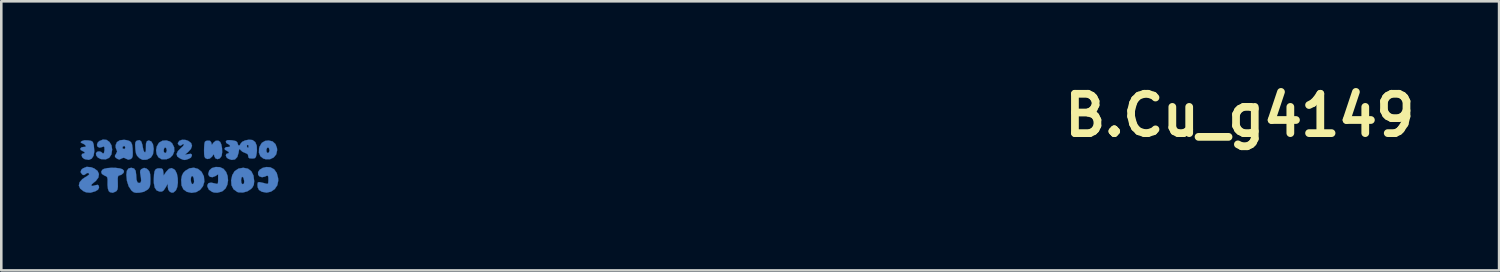
<source format=kicad_pcb>
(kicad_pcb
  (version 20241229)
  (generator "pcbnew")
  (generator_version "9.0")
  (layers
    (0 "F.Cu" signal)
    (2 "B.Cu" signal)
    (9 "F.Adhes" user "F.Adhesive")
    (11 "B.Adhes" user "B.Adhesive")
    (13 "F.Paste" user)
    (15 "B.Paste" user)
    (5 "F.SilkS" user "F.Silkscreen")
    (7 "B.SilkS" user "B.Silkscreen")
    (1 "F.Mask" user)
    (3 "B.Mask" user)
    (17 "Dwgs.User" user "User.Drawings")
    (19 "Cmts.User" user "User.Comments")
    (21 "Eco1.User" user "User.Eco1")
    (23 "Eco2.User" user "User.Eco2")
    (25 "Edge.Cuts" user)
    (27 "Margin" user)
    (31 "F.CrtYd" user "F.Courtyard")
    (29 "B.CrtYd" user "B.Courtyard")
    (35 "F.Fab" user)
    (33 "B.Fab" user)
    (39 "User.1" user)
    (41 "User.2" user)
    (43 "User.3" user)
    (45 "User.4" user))
  (footprint "B.Cu_g4149"
    (layer "F.Cu")
    (at 44.983 1.418)
    (property "Reference" "B.Cu_g4149" (at 0 0 0) (layer "F.SilkS") (effects (font (size 1.524 1.524) (thickness 0.3))))
    (attr through_hole)
    (fp_poly (pts (xy -43.905 0.952) (xy -43.791 1.032) (xy -43.713 1.166) (xy -43.688 1.327) (xy -43.717 1.516) (xy -43.802 1.644) (xy -43.936 1.706) (xy -44.112 1.696) (xy -44.14 1.689) (xy -44.244 1.634) (xy -44.304 1.556) (xy -44.316 1.476) (xy -44.275 1.416) (xy -44.196 1.397) (xy -44.116 1.417) (xy -44.09 1.439) (xy -44.041 1.483) (xy -44.003 1.451) (xy -43.985 1.352) (xy -43.984 1.332) (xy -43.989 1.235) (xy -44.013 1.206) (xy -44.066 1.226) (xy -44.173 1.253) (xy -44.248 1.22) (xy -44.277 1.149) (xy -44.25 1.061) (xy -44.187 0.997) (xy -44.042 0.938) (xy -43.905 0.952)) (stroke (width 0.01) (type solid)) (fill yes) (layer "B.Cu"))
    (fp_poly (pts (xy -37.472 1.011) (xy -37.361 1.113) (xy -37.302 1.27) (xy -37.296 1.353) (xy -37.332 1.513) (xy -37.429 1.632) (xy -37.57 1.699) (xy -37.736 1.702) (xy -37.833 1.673) (xy -37.946 1.582) (xy -38.002 1.444) (xy -38 1.397) (xy -37.71 1.397) (xy -37.703 1.421) (xy -37.662 1.464) (xy -37.617 1.442) (xy -37.592 1.368) (xy -37.592 1.355) (xy -37.612 1.275) (xy -37.635 1.249) (xy -37.68 1.255) (xy -37.709 1.315) (xy -37.71 1.397) (xy -38 1.397) (xy -37.995 1.277) (xy -37.974 1.21) (xy -37.89 1.067) (xy -37.763 0.992) (xy -37.627 0.975) (xy -37.472 1.011)) (stroke (width 0.01) (type solid)) (fill yes) (layer "B.Cu"))
    (fp_poly (pts (xy -41.445 1.016) (xy -41.363 1.085) (xy -41.286 1.239) (xy -41.281 1.394) (xy -41.337 1.534) (xy -41.442 1.643) (xy -41.587 1.704) (xy -41.758 1.703) (xy -41.782 1.697) (xy -41.894 1.628) (xy -41.963 1.508) (xy -41.98 1.397) (xy -41.689 1.397) (xy -41.682 1.421) (xy -41.641 1.464) (xy -41.596 1.442) (xy -41.572 1.368) (xy -41.571 1.355) (xy -41.592 1.275) (xy -41.614 1.249) (xy -41.659 1.255) (xy -41.689 1.315) (xy -41.689 1.397) (xy -41.98 1.397) (xy -41.985 1.359) (xy -41.958 1.206) (xy -41.879 1.07) (xy -41.865 1.056) (xy -41.74 0.984) (xy -41.589 0.972) (xy -41.445 1.016)) (stroke (width 0.01) (type solid)) (fill yes) (layer "B.Cu"))
    (fp_poly (pts (xy -42.558 1.016) (xy -42.513 1.152) (xy -42.505 1.211) (xy -42.477 1.347) (xy -42.441 1.423) (xy -42.405 1.433) (xy -42.382 1.372) (xy -42.38 1.262) (xy -42.377 1.097) (xy -42.341 1.003) (xy -42.27 0.974) (xy -42.172 1.012) (xy -42.106 1.12) (xy -42.08 1.287) (xy -42.079 1.311) (xy -42.105 1.504) (xy -42.185 1.635) (xy -42.322 1.708) (xy -42.379 1.72) (xy -42.505 1.723) (xy -42.608 1.675) (xy -42.651 1.641) (xy -42.722 1.566) (xy -42.763 1.479) (xy -42.784 1.35) (xy -42.79 1.28) (xy -42.797 1.133) (xy -42.787 1.048) (xy -42.756 1) (xy -42.727 0.981) (xy -42.629 0.959) (xy -42.558 1.016)) (stroke (width 0.01) (type solid)) (fill yes) (layer "B.Cu"))
    (fp_poly (pts (xy -39.897 0.987) (xy -39.853 1.042) (xy -39.848 1.057) (xy -39.825 1.146) (xy -39.764 1.06) (xy -39.675 0.987) (xy -39.573 0.983) (xy -39.502 1.031) (xy -39.458 1.129) (xy -39.431 1.274) (xy -39.426 1.43) (xy -39.444 1.56) (xy -39.45 1.577) (xy -39.515 1.666) (xy -39.601 1.698) (xy -39.681 1.671) (xy -39.724 1.598) (xy -39.749 1.503) (xy -39.816 1.598) (xy -39.904 1.674) (xy -40.001 1.693) (xy -40.081 1.655) (xy -40.112 1.596) (xy -40.124 1.501) (xy -40.127 1.358) (xy -40.124 1.247) (xy -40.114 1.107) (xy -40.096 1.03) (xy -40.06 0.995) (xy -39.995 0.982) (xy -39.991 0.981) (xy -39.897 0.987)) (stroke (width 0.01) (type solid)) (fill yes) (layer "B.Cu"))
    (fp_poly (pts (xy -44.612 0.971) (xy -44.497 0.992) (xy -44.438 1.031) (xy -44.409 1.114) (xy -44.399 1.164) (xy -44.379 1.39) (xy -44.407 1.563) (xy -44.479 1.677) (xy -44.59 1.725) (xy -44.736 1.702) (xy -44.778 1.684) (xy -44.845 1.626) (xy -44.872 1.553) (xy -44.853 1.496) (xy -44.81 1.482) (xy -44.752 1.463) (xy -44.76 1.422) (xy -44.828 1.386) (xy -44.831 1.385) (xy -44.909 1.341) (xy -44.92 1.285) (xy -44.873 1.239) (xy -44.778 1.223) (xy -44.757 1.225) (xy -44.706 1.214) (xy -44.713 1.173) (xy -44.767 1.123) (xy -44.82 1.096) (xy -44.897 1.061) (xy -44.902 1.031) (xy -44.865 0.999) (xy -44.76 0.966) (xy -44.612 0.971)) (stroke (width 0.01) (type solid)) (fill yes) (layer "B.Cu"))
    (fp_poly (pts (xy -40.845 0.953) (xy -40.746 0.986) (xy -40.629 1.073) (xy -40.593 1.181) (xy -40.637 1.303) (xy -40.735 1.41) (xy -40.873 1.529) (xy -40.735 1.502) (xy -40.641 1.491) (xy -40.603 1.515) (xy -40.598 1.559) (xy -40.638 1.64) (xy -40.731 1.689) (xy -40.832 1.722) (xy -40.898 1.729) (xy -40.973 1.707) (xy -41.053 1.673) (xy -41.163 1.596) (xy -41.192 1.499) (xy -41.14 1.385) (xy -41.032 1.278) (xy -40.946 1.198) (xy -40.905 1.135) (xy -40.907 1.116) (xy -40.954 1.115) (xy -40.977 1.14) (xy -41.036 1.177) (xy -41.103 1.158) (xy -41.141 1.098) (xy -41.14 1.07) (xy -41.086 0.989) (xy -40.98 0.948) (xy -40.845 0.953)) (stroke (width 0.01) (type solid)) (fill yes) (layer "B.Cu"))
    (fp_poly (pts (xy -39.512 2.009) (xy -39.373 2.073) (xy -39.273 2.193) (xy -39.215 2.349) (xy -39.198 2.521) (xy -39.225 2.689) (xy -39.296 2.835) (xy -39.412 2.938) (xy -39.46 2.959) (xy -39.615 2.998) (xy -39.743 2.99) (xy -39.816 2.965) (xy -39.94 2.881) (xy -39.997 2.763) (xy -39.998 2.701) (xy -39.954 2.627) (xy -39.852 2.608) (xy -39.686 2.643) (xy -39.677 2.646) (xy -39.619 2.658) (xy -39.591 2.633) (xy -39.582 2.551) (xy -39.582 2.48) (xy -39.582 2.284) (xy -39.685 2.352) (xy -39.802 2.397) (xy -39.9 2.381) (xy -39.956 2.311) (xy -39.963 2.265) (xy -39.926 2.135) (xy -39.825 2.044) (xy -39.675 2.001) (xy -39.512 2.009)) (stroke (width 0.01) (type solid)) (fill yes) (layer "B.Cu"))
    (fp_poly (pts (xy -38.426 2.067) (xy -38.293 2.171) (xy -38.211 2.337) (xy -38.185 2.551) (xy -38.199 2.692) (xy -38.253 2.795) (xy -38.307 2.853) (xy -38.451 2.945) (xy -38.624 2.991) (xy -38.791 2.984) (xy -38.841 2.968) (xy -38.985 2.864) (xy -39.064 2.71) (xy -39.077 2.515) (xy -38.693 2.515) (xy -38.68 2.625) (xy -38.64 2.666) (xy -38.626 2.667) (xy -38.58 2.643) (xy -38.571 2.558) (xy -38.574 2.533) (xy -38.6 2.422) (xy -38.64 2.38) (xy -38.676 2.409) (xy -38.693 2.511) (xy -38.693 2.515) (xy -39.077 2.515) (xy -39.077 2.513) (xy -39.034 2.316) (xy -38.942 2.162) (xy -38.793 2.064) (xy -38.607 2.032) (xy -38.426 2.067)) (stroke (width 0.01) (type solid)) (fill yes) (layer "B.Cu"))
    (fp_poly (pts (xy -40.358 2.077) (xy -40.224 2.187) (xy -40.137 2.355) (xy -40.133 2.368) (xy -40.116 2.569) (xy -40.169 2.745) (xy -40.277 2.884) (xy -40.429 2.974) (xy -40.61 3.003) (xy -40.796 2.963) (xy -40.927 2.868) (xy -41 2.714) (xy -41.012 2.505) (xy -41.012 2.504) (xy -40.642 2.504) (xy -40.628 2.598) (xy -40.596 2.66) (xy -40.577 2.667) (xy -40.525 2.63) (xy -40.513 2.565) (xy -40.525 2.443) (xy -40.557 2.365) (xy -40.6 2.351) (xy -40.602 2.352) (xy -40.634 2.41) (xy -40.642 2.504) (xy -41.012 2.504) (xy -41.011 2.489) (xy -40.985 2.338) (xy -40.934 2.233) (xy -40.856 2.151) (xy -40.693 2.053) (xy -40.521 2.03) (xy -40.358 2.077)) (stroke (width 0.01) (type solid)) (fill yes) (layer "B.Cu"))
    (fp_poly (pts (xy -41.28 2.095) (xy -41.238 2.141) (xy -41.179 2.264) (xy -41.147 2.431) (xy -41.142 2.611) (xy -41.165 2.777) (xy -41.215 2.9) (xy -41.233 2.921) (xy -41.312 2.989) (xy -41.378 2.997) (xy -41.455 2.96) (xy -41.514 2.881) (xy -41.53 2.781) (xy -41.531 2.646) (xy -41.624 2.807) (xy -41.693 2.909) (xy -41.758 2.952) (xy -41.844 2.955) (xy -41.961 2.912) (xy -42.036 2.806) (xy -42.071 2.631) (xy -42.074 2.498) (xy -42.066 2.296) (xy -42.044 2.165) (xy -42.001 2.091) (xy -41.931 2.058) (xy -41.866 2.053) (xy -41.766 2.061) (xy -41.722 2.102) (xy -41.706 2.193) (xy -41.693 2.332) (xy -41.599 2.193) (xy -41.492 2.076) (xy -41.385 2.043) (xy -41.28 2.095)) (stroke (width 0.01) (type solid)) (fill yes) (layer "B.Cu"))
    (fp_poly (pts (xy -43.539 2.037) (xy -43.389 2.056) (xy -43.289 2.089) (xy -43.283 2.093) (xy -43.228 2.154) (xy -43.243 2.222) (xy -43.248 2.231) (xy -43.326 2.3) (xy -43.387 2.321) (xy -43.436 2.335) (xy -43.463 2.373) (xy -43.472 2.454) (xy -43.469 2.598) (xy -43.469 2.611) (xy -43.467 2.769) (xy -43.48 2.866) (xy -43.513 2.924) (xy -43.539 2.947) (xy -43.664 3.001) (xy -43.774 2.978) (xy -43.817 2.939) (xy -43.85 2.852) (xy -43.866 2.705) (xy -43.866 2.626) (xy -43.864 2.486) (xy -43.877 2.407) (xy -43.913 2.365) (xy -43.982 2.335) (xy -43.985 2.334) (xy -44.084 2.271) (xy -44.113 2.189) (xy -44.069 2.111) (xy -44.003 2.073) (xy -43.876 2.045) (xy -43.712 2.033) (xy -43.539 2.037)) (stroke (width 0.01) (type solid)) (fill yes) (layer "B.Cu"))
    (fp_poly (pts (xy -37.558 2.014) (xy -37.557 2.015) (xy -37.412 2.092) (xy -37.311 2.234) (xy -37.259 2.43) (xy -37.253 2.529) (xy -37.29 2.711) (xy -37.39 2.858) (xy -37.533 2.956) (xy -37.704 2.995) (xy -37.884 2.962) (xy -37.887 2.961) (xy -37.998 2.893) (xy -38.048 2.793) (xy -38.057 2.694) (xy -38.048 2.609) (xy -38.004 2.586) (xy -37.941 2.595) (xy -37.815 2.623) (xy -37.73 2.647) (xy -37.669 2.658) (xy -37.642 2.629) (xy -37.635 2.54) (xy -37.634 2.503) (xy -37.638 2.385) (xy -37.66 2.337) (xy -37.713 2.346) (xy -37.766 2.373) (xy -37.879 2.398) (xy -37.981 2.366) (xy -38.032 2.302) (xy -38.034 2.198) (xy -37.97 2.106) (xy -37.857 2.037) (xy -37.713 2.003) (xy -37.558 2.014)) (stroke (width 0.01) (type solid)) (fill yes) (layer "B.Cu"))
    (fp_poly (pts (xy -44.502 2.012) (xy -44.382 2.058) (xy -44.253 2.154) (xy -44.2 2.275) (xy -44.221 2.408) (xy -44.317 2.539) (xy -44.393 2.6) (xy -44.481 2.675) (xy -44.495 2.725) (xy -44.441 2.737) (xy -44.352 2.712) (xy -44.252 2.691) (xy -44.205 2.73) (xy -44.196 2.803) (xy -44.237 2.881) (xy -44.343 2.944) (xy -44.531 2.998) (xy -44.694 2.984) (xy -44.798 2.94) (xy -44.928 2.836) (xy -44.978 2.717) (xy -44.949 2.592) (xy -44.842 2.471) (xy -44.749 2.409) (xy -44.647 2.347) (xy -44.586 2.299) (xy -44.577 2.285) (xy -44.603 2.232) (xy -44.668 2.24) (xy -44.71 2.271) (xy -44.78 2.316) (xy -44.841 2.295) (xy -44.851 2.287) (xy -44.911 2.201) (xy -44.885 2.114) (xy -44.822 2.056) (xy -44.674 1.996) (xy -44.502 2.012)) (stroke (width 0.01) (type solid)) (fill yes) (layer "B.Cu"))
    (fp_poly (pts (xy -42.838 2.061) (xy -42.776 2.151) (xy -42.757 2.31) (xy -42.757 2.312) (xy -42.745 2.49) (xy -42.71 2.592) (xy -42.649 2.625) (xy -42.588 2.606) (xy -42.564 2.542) (xy -42.572 2.418) (xy -42.585 2.344) (xy -42.605 2.213) (xy -42.598 2.137) (xy -42.561 2.089) (xy -42.556 2.085) (xy -42.452 2.036) (xy -42.353 2.064) (xy -42.291 2.117) (xy -42.243 2.183) (xy -42.217 2.275) (xy -42.207 2.419) (xy -42.206 2.49) (xy -42.21 2.652) (xy -42.227 2.755) (xy -42.263 2.826) (xy -42.311 2.877) (xy -42.459 2.962) (xy -42.625 2.996) (xy -42.761 3.002) (xy -42.849 2.982) (xy -42.925 2.925) (xy -42.941 2.91) (xy -43.047 2.752) (xy -43.115 2.538) (xy -43.137 2.305) (xy -43.117 2.147) (xy -43.053 2.058) (xy -42.947 2.032) (xy -42.838 2.061)) (stroke (width 0.01) (type solid)) (fill yes) (layer "B.Cu"))
    (fp_poly (pts (xy -43.127 0.962) (xy -43.024 0.992) (xy -42.956 1.043) (xy -42.916 1.133) (xy -42.896 1.277) (xy -42.889 1.448) (xy -42.893 1.58) (xy -42.921 1.655) (xy -42.971 1.695) (xy -43.063 1.718) (xy -43.151 1.681) (xy -43.234 1.642) (xy -43.307 1.663) (xy -43.331 1.677) (xy -43.407 1.712) (xy -43.479 1.689) (xy -43.512 1.668) (xy -43.576 1.614) (xy -43.579 1.563) (xy -43.539 1.496) (xy -43.496 1.405) (xy -43.514 1.34) (xy -43.519 1.333) (xy -43.544 1.268) (xy -43.288 1.268) (xy -43.278 1.285) (xy -43.216 1.311) (xy -43.181 1.266) (xy -43.18 1.249) (xy -43.202 1.192) (xy -43.22 1.185) (xy -43.275 1.213) (xy -43.288 1.268) (xy -43.544 1.268) (xy -43.55 1.25) (xy -43.553 1.156) (xy -43.503 1.038) (xy -43.39 0.967) (xy -43.226 0.949) (xy -43.127 0.962)) (stroke (width 0.01) (type solid)) (fill yes) (layer "B.Cu"))
    (fp_poly (pts (xy -38.259 0.956) (xy -38.244 0.961) (xy -38.142 1.037) (xy -38.086 1.178) (xy -38.078 1.375) (xy -38.092 1.488) (xy -38.116 1.602) (xy -38.152 1.656) (xy -38.221 1.671) (xy -38.271 1.672) (xy -38.37 1.664) (xy -38.41 1.628) (xy -38.414 1.579) (xy -38.437 1.502) (xy -38.523 1.461) (xy -38.531 1.459) (xy -38.64 1.411) (xy -38.708 1.35) (xy -38.745 1.306) (xy -38.767 1.318) (xy -38.783 1.399) (xy -38.79 1.447) (xy -38.839 1.614) (xy -38.929 1.708) (xy -39.057 1.727) (xy -39.19 1.684) (xy -39.257 1.626) (xy -39.284 1.553) (xy -39.265 1.496) (xy -39.222 1.482) (xy -39.165 1.462) (xy -39.172 1.419) (xy -39.239 1.377) (xy -39.243 1.376) (xy -39.321 1.329) (xy -39.329 1.274) (xy -39.277 1.233) (xy -39.173 1.224) (xy -39.169 1.225) (xy -39.12 1.21) (xy -39.122 1.187) (xy -38.471 1.187) (xy -38.456 1.233) (xy -38.424 1.265) (xy -38.405 1.234) (xy -38.405 1.167) (xy -38.413 1.154) (xy -38.454 1.145) (xy -38.471 1.187) (xy -39.122 1.187) (xy -39.124 1.167) (xy -39.173 1.123) (xy -39.201 1.113) (xy -39.268 1.069) (xy -39.283 1.009) (xy -39.237 0.965) (xy -39.167 0.96) (xy -39.052 0.967) (xy -39.015 0.972) (xy -38.898 0.997) (xy -38.842 1.041) (xy -38.827 1.09) (xy -38.798 1.171) (xy -38.753 1.173) (xy -38.714 1.102) (xy -38.651 1.027) (xy -38.534 0.972) (xy -38.394 0.945) (xy -38.259 0.956)) (stroke (width 0.01) (type solid)) (fill yes) (layer "B.Cu")))
  (gr_rect
    (start -3 -3)
    (end 55.03 7.426)
    (stroke (width 0.1) (type default))
    (fill no)
    (layer "Edge.Cuts")))
</source>
